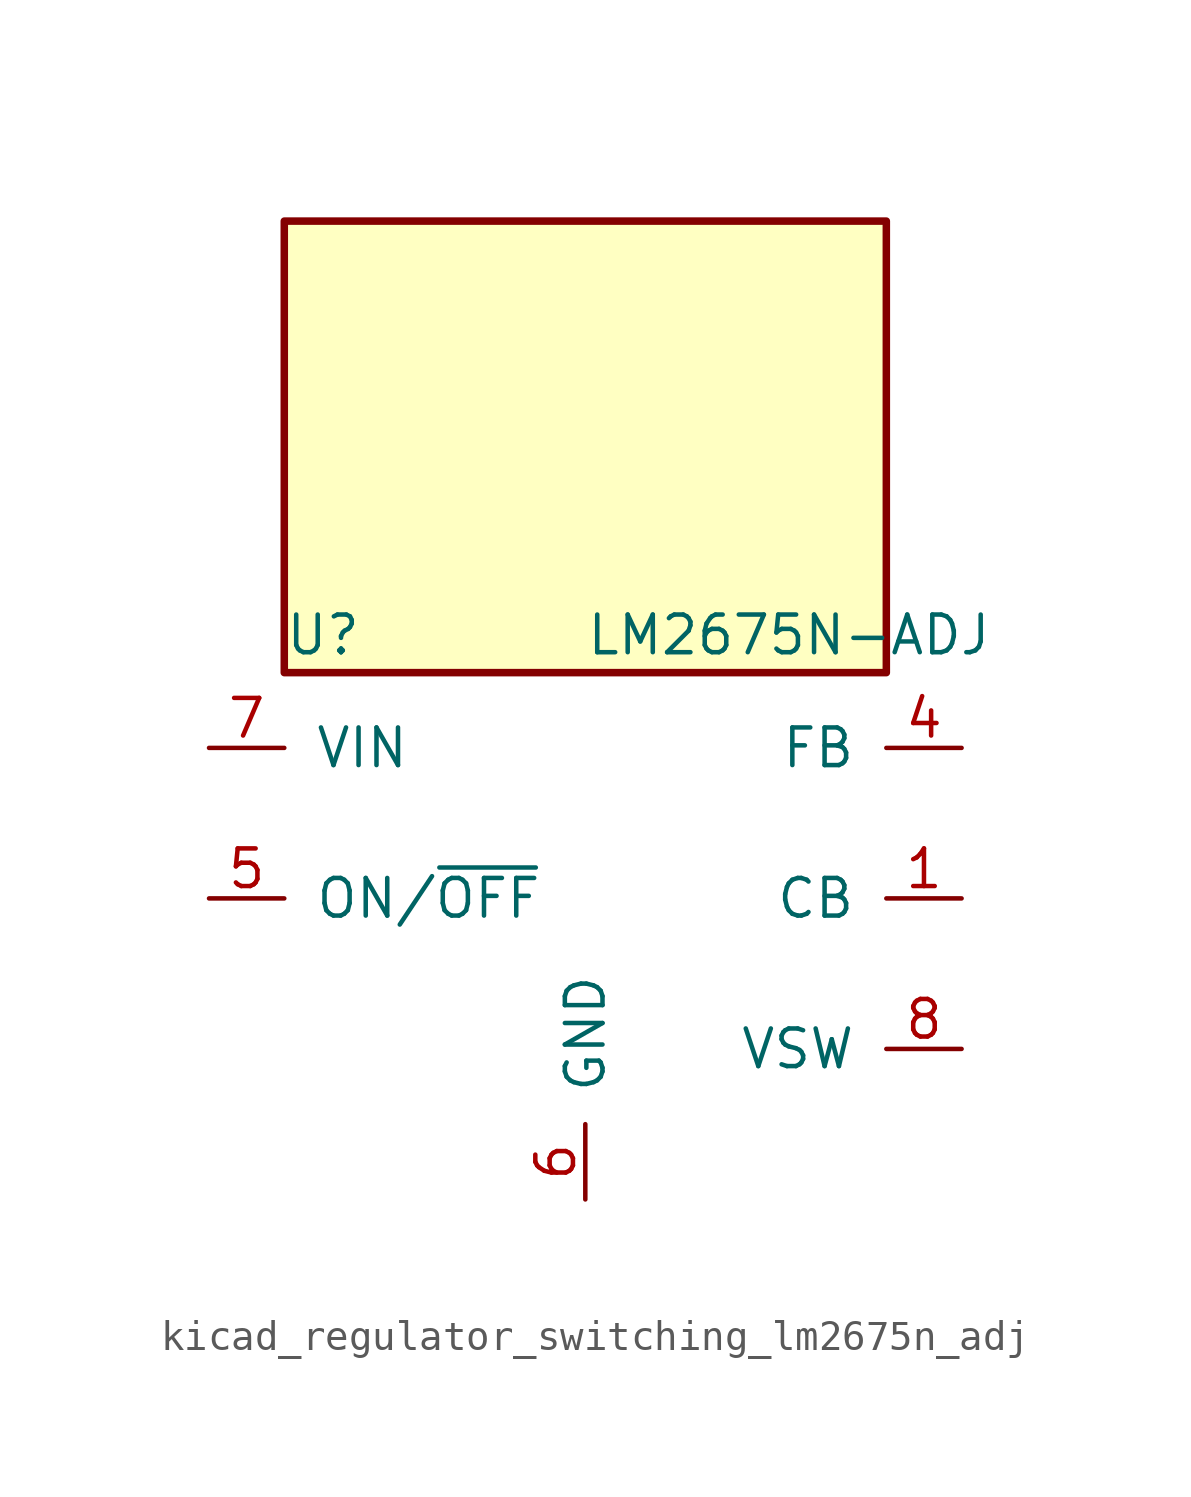
<source format=kicad_sym>
(kicad_symbol_lib
  (version 20220914)
  (generator kicad_symbol_editor)
  (symbol "kicad_regulator_switching_lm2675n_adj"
    (pin_names
      (offset 1.016))
    (property "Reference" "U"
      (at -10.16 8.89 0)
      (effects (font (size 1.27 1.27)) (justify left)))
    (property "Value" "LM2675N-ADJ"
      (at 0 8.89 0)
      (effects (font (size 1.27 1.27)) (justify left)))
    (symbol "kicad_regulator_switching_lm2675n_adj_0_1"
      (rectangle (start 10.16 22.86) (end -10.16 7.62) (stroke (width 0.254) (type default)) (fill (type background))))
    (symbol "kicad_regulator_switching_lm2675n_adj_1_1"
      (pin input line (at 12.7 0 180) (length 2.54) (name "CB" (effects (font (size 1.27 1.27)))) (number "1" (effects (font (size 1.27 1.27)))))
      (pin no_connect line (at -10.16 -2.54 0) (length 2.54) hide (name "NC" (effects (font (size 1.27 1.27)))) (number "2" (effects (font (size 1.27 1.27)))))
      (pin no_connect line (at -10.16 -5.08 0) (length 2.54) hide (name "NC" (effects (font (size 1.27 1.27)))) (number "3" (effects (font (size 1.27 1.27)))))
      (pin input line (at 12.7 5.08 180) (length 2.54) (name "FB" (effects (font (size 1.27 1.27)))) (number "4" (effects (font (size 1.27 1.27)))))
      (pin input line (at -12.7 0 0) (length 2.54) (name "ON/~{OFF}" (effects (font (size 1.27 1.27)))) (number "5" (effects (font (size 1.27 1.27)))))
      (pin power_in line (at 0 -10.16 90) (length 2.54) (name "GND" (effects (font (size 1.27 1.27)))) (number "6" (effects (font (size 1.27 1.27)))))
      (pin power_in line (at -12.7 5.08 0) (length 2.54) (name "VIN" (effects (font (size 1.27 1.27)))) (number "7" (effects (font (size 1.27 1.27)))))
      (pin output line (at 12.7 -5.08 180) (length 2.54) (name "VSW" (effects (font (size 1.27 1.27)))) (number "8" (effects (font (size 1.27 1.27))))))))
</source>
